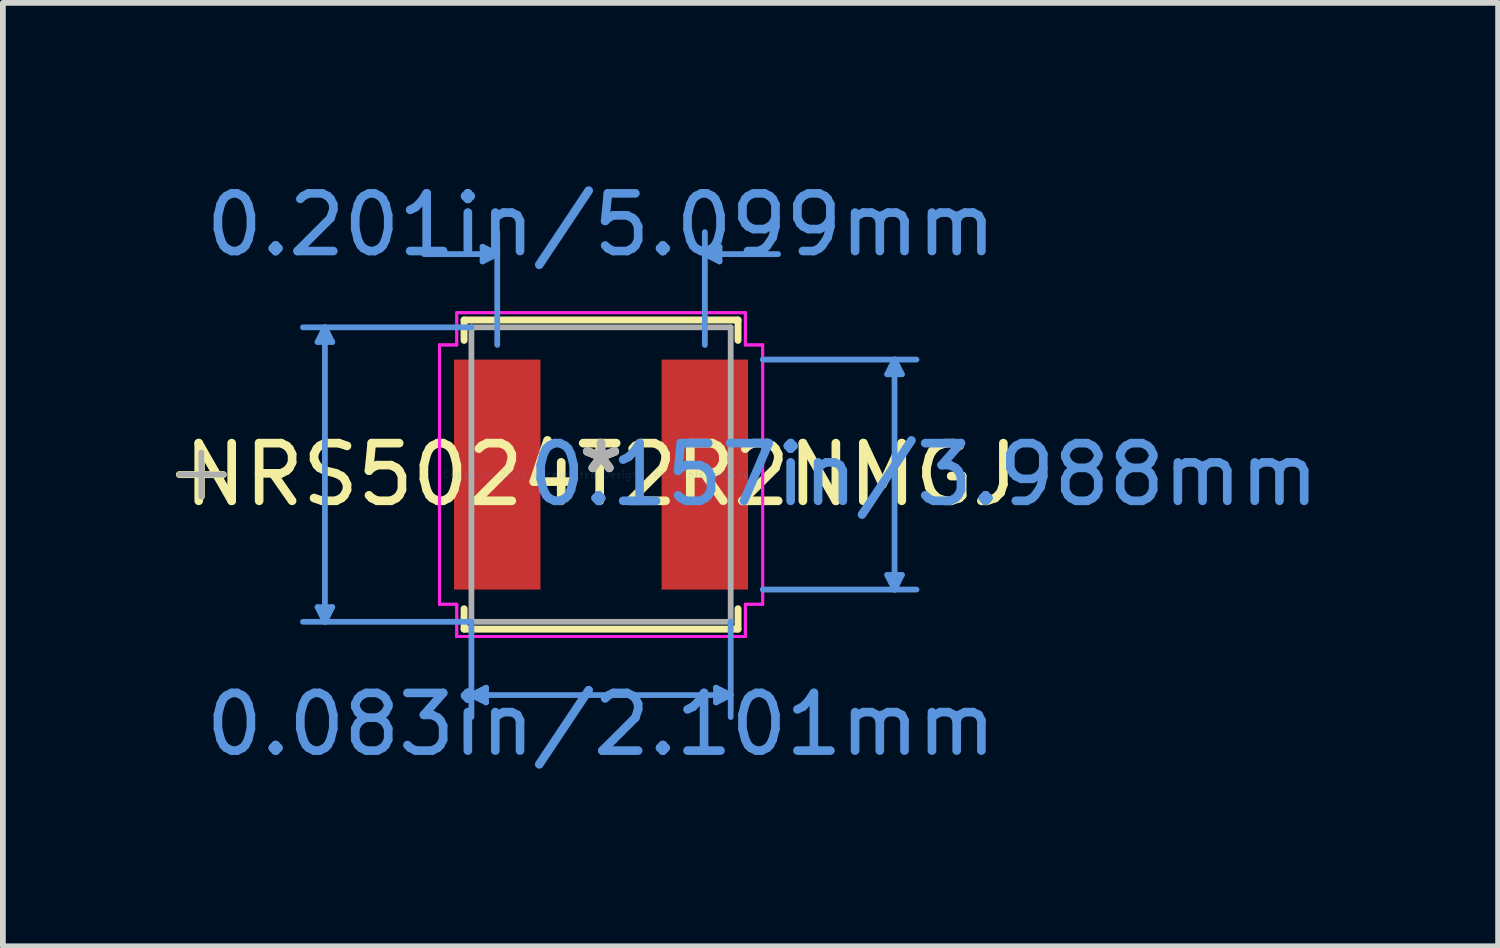
<source format=kicad_pcb>
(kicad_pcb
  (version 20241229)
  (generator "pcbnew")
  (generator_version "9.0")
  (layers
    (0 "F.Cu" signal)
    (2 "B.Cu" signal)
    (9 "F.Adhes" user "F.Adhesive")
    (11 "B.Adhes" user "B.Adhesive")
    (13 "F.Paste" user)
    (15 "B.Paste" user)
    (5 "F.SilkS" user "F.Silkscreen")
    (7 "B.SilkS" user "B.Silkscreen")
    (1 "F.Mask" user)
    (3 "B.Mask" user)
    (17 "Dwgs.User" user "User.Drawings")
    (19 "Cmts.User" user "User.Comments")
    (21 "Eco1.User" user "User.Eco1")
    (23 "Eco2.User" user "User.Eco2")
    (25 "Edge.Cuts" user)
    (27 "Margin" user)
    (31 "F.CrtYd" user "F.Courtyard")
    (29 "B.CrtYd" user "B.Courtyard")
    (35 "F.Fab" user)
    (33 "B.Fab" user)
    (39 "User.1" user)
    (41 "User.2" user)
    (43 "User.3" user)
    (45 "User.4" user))
  (footprint "NRS5024T2R2NMGJ"
    (layer "F.Cu")
    (at 7.372 5.179)
    (property "Reference" "NRS5024T2R2NMGJ" (at 0 0 0) (layer "F.SilkS") (effects (font (size 1 1) (thickness 0.15))))
    (attr through_hole)
    (fp_line (start -6.931 -0.381) (end -6.931 0.381) (stroke (width 0.12) (type solid)) (layer "F.SilkS"))
    (fp_line (start -6.55 0) (end -7.312 0) (stroke (width 0.12) (type solid)) (layer "F.SilkS"))
    (fp_line (start -2.375 -2.68) (end -2.375 -2.327) (stroke (width 0.12) (type solid)) (layer "F.SilkS"))
    (fp_line (start -2.375 2.327) (end -2.375 2.68) (stroke (width 0.12) (type solid)) (layer "F.SilkS"))
    (fp_line (start -2.375 2.68) (end 2.375 2.68) (stroke (width 0.12) (type solid)) (layer "F.SilkS"))
    (fp_line (start 2.375 -2.68) (end -2.375 -2.68) (stroke (width 0.12) (type solid)) (layer "F.SilkS"))
    (fp_line (start 2.375 -2.327) (end 2.375 -2.68) (stroke (width 0.12) (type solid)) (layer "F.SilkS"))
    (fp_line (start 2.375 2.68) (end 2.375 2.327) (stroke (width 0.12) (type solid)) (layer "F.SilkS"))
    (fp_line (start -4.915 -2.299) (end -4.661 -2.299) (stroke (width 0.1) (type solid)) (layer "Cmts.User"))
    (fp_line (start -4.915 2.299) (end -4.661 2.299) (stroke (width 0.1) (type solid)) (layer "Cmts.User"))
    (fp_line (start -4.788 -2.553) (end -4.915 -2.299) (stroke (width 0.1) (type solid)) (layer "Cmts.User"))
    (fp_line (start -4.788 -2.553) (end -4.788 2.553) (stroke (width 0.1) (type solid)) (layer "Cmts.User"))
    (fp_line (start -4.788 -2.553) (end -4.661 -2.299) (stroke (width 0.1) (type solid)) (layer "Cmts.User"))
    (fp_line (start -4.788 2.553) (end -4.915 2.299) (stroke (width 0.1) (type solid)) (layer "Cmts.User"))
    (fp_line (start -4.788 2.553) (end -4.661 2.299) (stroke (width 0.1) (type solid)) (layer "Cmts.User"))
    (fp_line (start -2.248 -2.553) (end -5.169 -2.553) (stroke (width 0.1) (type solid)) (layer "Cmts.User"))
    (fp_line (start -2.248 2.553) (end -5.169 2.553) (stroke (width 0.1) (type solid)) (layer "Cmts.User"))
    (fp_line (start -2.248 2.553) (end -2.248 4.204) (stroke (width 0.1) (type solid)) (layer "Cmts.User"))
    (fp_line (start -2.248 3.823) (end -1.994 3.696) (stroke (width 0.1) (type solid)) (layer "Cmts.User"))
    (fp_line (start -2.248 3.823) (end -1.994 3.95) (stroke (width 0.1) (type solid)) (layer "Cmts.User"))
    (fp_line (start -2.248 3.823) (end 2.248 3.823) (stroke (width 0.1) (type solid)) (layer "Cmts.User"))
    (fp_line (start -2.054 -3.95) (end -2.054 -3.696) (stroke (width 0.1) (type solid)) (layer "Cmts.User"))
    (fp_line (start -1.994 3.696) (end -1.994 3.95) (stroke (width 0.1) (type solid)) (layer "Cmts.User"))
    (fp_line (start -1.8 -3.823) (end -3.07 -3.823) (stroke (width 0.1) (type solid)) (layer "Cmts.User"))
    (fp_line (start -1.8 -3.823) (end -2.054 -3.95) (stroke (width 0.1) (type solid)) (layer "Cmts.User"))
    (fp_line (start -1.8 -3.823) (end -2.054 -3.696) (stroke (width 0.1) (type solid)) (layer "Cmts.User"))
    (fp_line (start -1.8 -2.248) (end -1.8 -4.204) (stroke (width 0.1) (type solid)) (layer "Cmts.User"))
    (fp_line (start 1.8 -3.823) (end 2.054 -3.95) (stroke (width 0.1) (type solid)) (layer "Cmts.User"))
    (fp_line (start 1.8 -3.823) (end 2.054 -3.696) (stroke (width 0.1) (type solid)) (layer "Cmts.User"))
    (fp_line (start 1.8 -3.823) (end 3.07 -3.823) (stroke (width 0.1) (type solid)) (layer "Cmts.User"))
    (fp_line (start 1.8 -2.248) (end 1.8 -4.204) (stroke (width 0.1) (type solid)) (layer "Cmts.User"))
    (fp_line (start 1.994 3.696) (end 1.994 3.95) (stroke (width 0.1) (type solid)) (layer "Cmts.User"))
    (fp_line (start 2.054 -3.95) (end 2.054 -3.696) (stroke (width 0.1) (type solid)) (layer "Cmts.User"))
    (fp_line (start 2.248 2.553) (end 2.248 4.204) (stroke (width 0.1) (type solid)) (layer "Cmts.User"))
    (fp_line (start 2.248 3.823) (end 1.994 3.696) (stroke (width 0.1) (type solid)) (layer "Cmts.User"))
    (fp_line (start 2.248 3.823) (end 1.994 3.95) (stroke (width 0.1) (type solid)) (layer "Cmts.User"))
    (fp_line (start 2.803 -1.994) (end 5.47 -1.994) (stroke (width 0.1) (type solid)) (layer "Cmts.User"))
    (fp_line (start 2.803 1.994) (end 5.47 1.994) (stroke (width 0.1) (type solid)) (layer "Cmts.User"))
    (fp_line (start 4.962 -1.74) (end 5.216 -1.74) (stroke (width 0.1) (type solid)) (layer "Cmts.User"))
    (fp_line (start 4.962 1.74) (end 5.216 1.74) (stroke (width 0.1) (type solid)) (layer "Cmts.User"))
    (fp_line (start 5.089 -1.994) (end 4.962 -1.74) (stroke (width 0.1) (type solid)) (layer "Cmts.User"))
    (fp_line (start 5.089 -1.994) (end 5.089 1.994) (stroke (width 0.1) (type solid)) (layer "Cmts.User"))
    (fp_line (start 5.089 -1.994) (end 5.216 -1.74) (stroke (width 0.1) (type solid)) (layer "Cmts.User"))
    (fp_line (start 5.089 1.994) (end 4.962 1.74) (stroke (width 0.1) (type solid)) (layer "Cmts.User"))
    (fp_line (start 5.089 1.994) (end 5.216 1.74) (stroke (width 0.1) (type solid)) (layer "Cmts.User"))
    (fp_line (start -2.803 -2.248) (end -2.502 -2.248) (stroke (width 0.05) (type solid)) (layer "F.CrtYd"))
    (fp_line (start -2.803 -2.248) (end -2.502 -2.248) (stroke (width 0.05) (type solid)) (layer "F.CrtYd"))
    (fp_line (start -2.803 2.248) (end -2.803 -2.248) (stroke (width 0.05) (type solid)) (layer "F.CrtYd"))
    (fp_line (start -2.803 2.248) (end -2.803 -2.248) (stroke (width 0.05) (type solid)) (layer "F.CrtYd"))
    (fp_line (start -2.502 -2.807) (end 2.502 -2.807) (stroke (width 0.05) (type solid)) (layer "F.CrtYd"))
    (fp_line (start -2.502 -2.807) (end 2.502 -2.807) (stroke (width 0.05) (type solid)) (layer "F.CrtYd"))
    (fp_line (start -2.502 -2.248) (end -2.502 -2.807) (stroke (width 0.05) (type solid)) (layer "F.CrtYd"))
    (fp_line (start -2.502 -2.248) (end -2.502 -2.807) (stroke (width 0.05) (type solid)) (layer "F.CrtYd"))
    (fp_line (start -2.502 2.248) (end -2.803 2.248) (stroke (width 0.05) (type solid)) (layer "F.CrtYd"))
    (fp_line (start -2.502 2.248) (end -2.803 2.248) (stroke (width 0.05) (type solid)) (layer "F.CrtYd"))
    (fp_line (start -2.502 2.807) (end -2.502 2.248) (stroke (width 0.05) (type solid)) (layer "F.CrtYd"))
    (fp_line (start -2.502 2.807) (end -2.502 2.248) (stroke (width 0.05) (type solid)) (layer "F.CrtYd"))
    (fp_line (start 2.502 -2.807) (end 2.502 -2.248) (stroke (width 0.05) (type solid)) (layer "F.CrtYd"))
    (fp_line (start 2.502 -2.807) (end 2.502 -2.248) (stroke (width 0.05) (type solid)) (layer "F.CrtYd"))
    (fp_line (start 2.502 -2.248) (end 2.803 -2.248) (stroke (width 0.05) (type solid)) (layer "F.CrtYd"))
    (fp_line (start 2.502 -2.248) (end 2.803 -2.248) (stroke (width 0.05) (type solid)) (layer "F.CrtYd"))
    (fp_line (start 2.502 2.248) (end 2.502 2.807) (stroke (width 0.05) (type solid)) (layer "F.CrtYd"))
    (fp_line (start 2.502 2.248) (end 2.502 2.807) (stroke (width 0.05) (type solid)) (layer "F.CrtYd"))
    (fp_line (start 2.502 2.807) (end -2.502 2.807) (stroke (width 0.05) (type solid)) (layer "F.CrtYd"))
    (fp_line (start 2.502 2.807) (end -2.502 2.807) (stroke (width 0.05) (type solid)) (layer "F.CrtYd"))
    (fp_line (start 2.803 -2.248) (end 2.803 2.248) (stroke (width 0.05) (type solid)) (layer "F.CrtYd"))
    (fp_line (start 2.803 -2.248) (end 2.803 2.248) (stroke (width 0.05) (type solid)) (layer "F.CrtYd"))
    (fp_line (start 2.803 2.248) (end 2.502 2.248) (stroke (width 0.05) (type solid)) (layer "F.CrtYd"))
    (fp_line (start 2.803 2.248) (end 2.502 2.248) (stroke (width 0.05) (type solid)) (layer "F.CrtYd"))
    (fp_line (start -6.931 -0.381) (end -6.931 0.381) (stroke (width 0.1) (type solid)) (layer "F.Fab"))
    (fp_line (start -6.55 0) (end -7.312 0) (stroke (width 0.1) (type solid)) (layer "F.Fab"))
    (fp_line (start -2.248 -2.553) (end -2.248 2.553) (stroke (width 0.1) (type solid)) (layer "F.Fab"))
    (fp_line (start -2.248 2.553) (end 2.248 2.553) (stroke (width 0.1) (type solid)) (layer "F.Fab"))
    (fp_line (start 2.248 -2.553) (end -2.248 -2.553) (stroke (width 0.1) (type solid)) (layer "F.Fab"))
    (fp_line (start 2.248 2.553) (end 2.248 -2.553) (stroke (width 0.1) (type solid)) (layer "F.Fab"))
    (fp_text user "*" (at 0 0 0) (layer "F.SilkS") (effects (font (size 1 1) (thickness 0.15))))
    (fp_text user "0.083in/2.101mm" (at 0 4.331 0) (layer "Cmts.User") (effects (font (size 1 1) (thickness 0.15))))
    (fp_text user "0.157in/3.988mm" (at 5.597 0 0) (layer "Cmts.User") (effects (font (size 1 1) (thickness 0.15))))
    (fp_text user "Copyright 2021 Accelerated Designs. All rights reserved." (at 0 0 0) (layer "Cmts.User") (effects (font (size 0.127 0.127) (thickness 0.002))))
    (fp_text user "0.201in/5.099mm" (at 0 -4.331 0) (layer "Cmts.User") (effects (font (size 1 1) (thickness 0.15))))
    (fp_text user "*" (at 0 0 0) (layer "F.Fab") (effects (font (size 1 1) (thickness 0.15))))
    (pad "1" smd rect (at -1.8 0) (size 1.499 3.988) (layers "F.Cu" "F.Mask" "F.Paste"))
    (pad "2" smd rect (at 1.8 0) (size 1.499 3.988) (layers "F.Cu" "F.Mask" "F.Paste")))
  (gr_rect
    (start -3 -3)
    (end 22.927 13.358)
    (stroke (width 0.1) (type default))
    (fill no)
    (layer "Edge.Cuts")))
</source>
